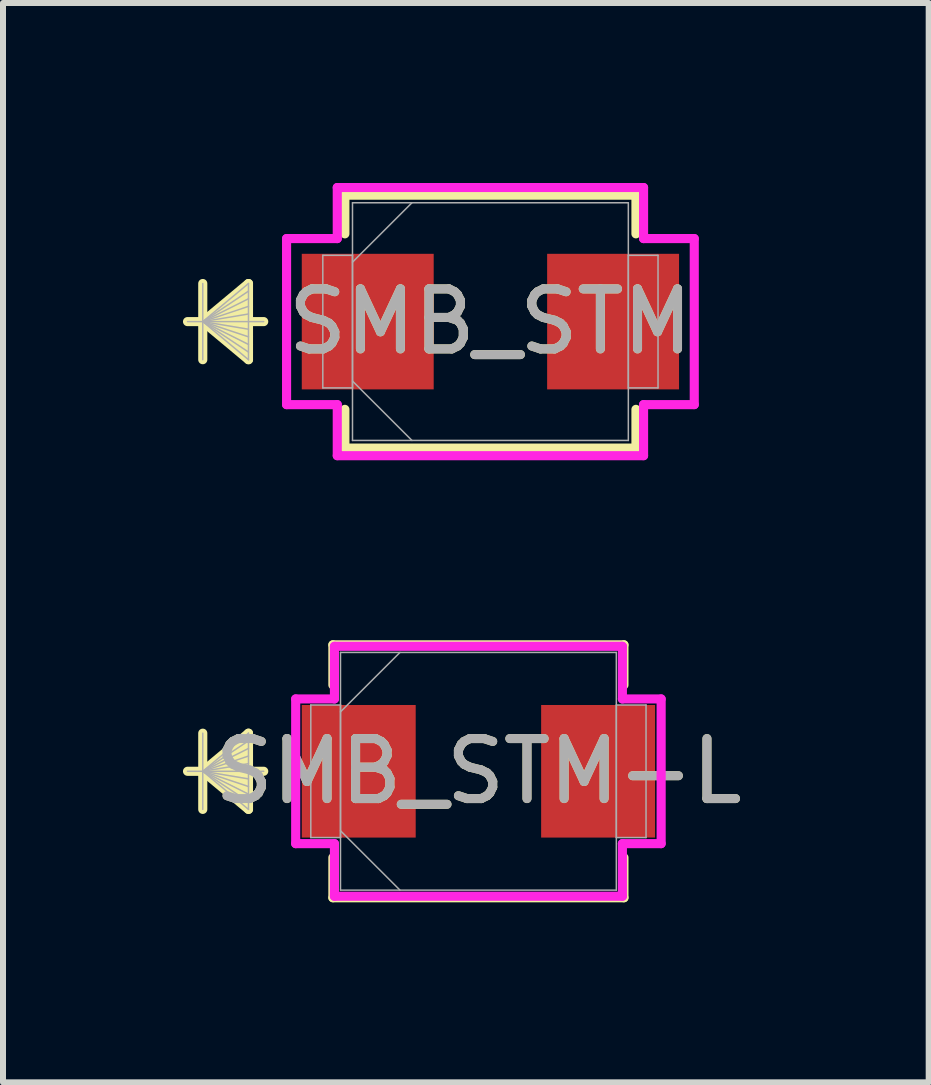
<source format=kicad_pcb>
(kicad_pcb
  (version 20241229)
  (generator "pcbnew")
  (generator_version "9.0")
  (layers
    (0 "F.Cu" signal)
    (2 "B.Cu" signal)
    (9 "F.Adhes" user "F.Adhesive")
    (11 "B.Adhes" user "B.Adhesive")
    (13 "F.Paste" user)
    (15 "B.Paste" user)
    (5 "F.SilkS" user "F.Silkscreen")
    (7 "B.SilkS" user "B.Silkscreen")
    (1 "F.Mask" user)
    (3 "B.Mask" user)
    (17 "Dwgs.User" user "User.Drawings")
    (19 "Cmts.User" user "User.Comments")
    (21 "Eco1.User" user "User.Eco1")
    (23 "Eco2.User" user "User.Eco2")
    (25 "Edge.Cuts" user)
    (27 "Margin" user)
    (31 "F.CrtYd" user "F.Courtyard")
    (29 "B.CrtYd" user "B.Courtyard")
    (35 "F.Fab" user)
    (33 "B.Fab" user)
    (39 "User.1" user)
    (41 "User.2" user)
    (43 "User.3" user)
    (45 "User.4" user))
  (footprint "SMB_STM-L"
    (layer "F.Cu")
    (at 4.925 9.807)
    (property "Reference" "SMB_STM-L" (at 0 0 0) (unlocked yes) (layer "F.SilkS") (effects (font (size 1 1) (thickness 0.15))))
    (attr smd)
    (fp_line (start -4.595 -0.635) (end -4.595 0.635) (stroke (width 0.152) (type solid)) (layer "F.SilkS"))
    (fp_line (start -4.595 0) (end -3.833 -0.635) (stroke (width 0.152) (type solid)) (layer "F.SilkS"))
    (fp_line (start -4.595 0) (end -3.833 -0.508) (stroke (width 0.152) (type solid)) (layer "F.SilkS"))
    (fp_line (start -4.595 0) (end -3.833 -0.381) (stroke (width 0.152) (type solid)) (layer "F.SilkS"))
    (fp_line (start -4.595 0) (end -3.833 -0.254) (stroke (width 0.152) (type solid)) (layer "F.SilkS"))
    (fp_line (start -4.595 0) (end -3.833 -0.127) (stroke (width 0.152) (type solid)) (layer "F.SilkS"))
    (fp_line (start -4.595 0) (end -3.833 0.127) (stroke (width 0.152) (type solid)) (layer "F.SilkS"))
    (fp_line (start -4.595 0) (end -3.833 0.254) (stroke (width 0.152) (type solid)) (layer "F.SilkS"))
    (fp_line (start -4.595 0) (end -3.833 0.381) (stroke (width 0.152) (type solid)) (layer "F.SilkS"))
    (fp_line (start -4.595 0) (end -3.833 0.508) (stroke (width 0.152) (type solid)) (layer "F.SilkS"))
    (fp_line (start -4.595 0) (end -3.833 0.635) (stroke (width 0.152) (type solid)) (layer "F.SilkS"))
    (fp_line (start -3.833 -0.635) (end -3.833 0.635) (stroke (width 0.152) (type solid)) (layer "F.SilkS"))
    (fp_line (start -3.579 0) (end -4.849 0) (stroke (width 0.152) (type solid)) (layer "F.SilkS"))
    (fp_line (start -2.426 -2.108) (end -2.426 -1.438) (stroke (width 0.152) (type solid)) (layer "F.SilkS"))
    (fp_line (start -2.426 1.438) (end -2.426 2.108) (stroke (width 0.152) (type solid)) (layer "F.SilkS"))
    (fp_line (start -2.426 2.108) (end 2.426 2.108) (stroke (width 0.152) (type solid)) (layer "F.SilkS"))
    (fp_line (start 2.426 -2.108) (end -2.426 -2.108) (stroke (width 0.152) (type solid)) (layer "F.SilkS"))
    (fp_line (start 2.426 -1.438) (end 2.426 -2.108) (stroke (width 0.152) (type solid)) (layer "F.SilkS"))
    (fp_line (start 2.426 2.108) (end 2.426 1.438) (stroke (width 0.152) (type solid)) (layer "F.SilkS"))
    (fp_line (start -3.046 -1.206) (end -2.4 -1.206) (stroke (width 0.152) (type solid)) (layer "F.CrtYd"))
    (fp_line (start -3.046 1.206) (end -3.046 -1.206) (stroke (width 0.152) (type solid)) (layer "F.CrtYd"))
    (fp_line (start -2.4 -2.083) (end 2.4 -2.083) (stroke (width 0.152) (type solid)) (layer "F.CrtYd"))
    (fp_line (start -2.4 -1.206) (end -2.4 -2.083) (stroke (width 0.152) (type solid)) (layer "F.CrtYd"))
    (fp_line (start -2.4 1.206) (end -3.046 1.206) (stroke (width 0.152) (type solid)) (layer "F.CrtYd"))
    (fp_line (start -2.4 2.083) (end -2.4 1.206) (stroke (width 0.152) (type solid)) (layer "F.CrtYd"))
    (fp_line (start 2.4 -2.083) (end 2.4 -1.206) (stroke (width 0.152) (type solid)) (layer "F.CrtYd"))
    (fp_line (start 2.4 -1.206) (end 3.046 -1.206) (stroke (width 0.152) (type solid)) (layer "F.CrtYd"))
    (fp_line (start 2.4 1.206) (end 2.4 2.083) (stroke (width 0.152) (type solid)) (layer "F.CrtYd"))
    (fp_line (start 2.4 2.083) (end -2.4 2.083) (stroke (width 0.152) (type solid)) (layer "F.CrtYd"))
    (fp_line (start 3.046 -1.206) (end 3.046 1.206) (stroke (width 0.152) (type solid)) (layer "F.CrtYd"))
    (fp_line (start 3.046 1.206) (end 2.4 1.206) (stroke (width 0.152) (type solid)) (layer "F.CrtYd"))
    (fp_line (start -4.595 -0.635) (end -4.595 0.635) (stroke (width 0.025) (type solid)) (layer "F.Fab"))
    (fp_line (start -4.595 0) (end -3.833 -0.635) (stroke (width 0.025) (type solid)) (layer "F.Fab"))
    (fp_line (start -4.595 0) (end -3.833 -0.508) (stroke (width 0.025) (type solid)) (layer "F.Fab"))
    (fp_line (start -4.595 0) (end -3.833 -0.381) (stroke (width 0.025) (type solid)) (layer "F.Fab"))
    (fp_line (start -4.595 0) (end -3.833 -0.254) (stroke (width 0.025) (type solid)) (layer "F.Fab"))
    (fp_line (start -4.595 0) (end -3.833 -0.127) (stroke (width 0.025) (type solid)) (layer "F.Fab"))
    (fp_line (start -4.595 0) (end -3.833 0.127) (stroke (width 0.025) (type solid)) (layer "F.Fab"))
    (fp_line (start -4.595 0) (end -3.833 0.254) (stroke (width 0.025) (type solid)) (layer "F.Fab"))
    (fp_line (start -4.595 0) (end -3.833 0.381) (stroke (width 0.025) (type solid)) (layer "F.Fab"))
    (fp_line (start -4.595 0) (end -3.833 0.508) (stroke (width 0.025) (type solid)) (layer "F.Fab"))
    (fp_line (start -4.595 0) (end -3.833 0.635) (stroke (width 0.025) (type solid)) (layer "F.Fab"))
    (fp_line (start -3.833 -0.635) (end -3.833 0.635) (stroke (width 0.025) (type solid)) (layer "F.Fab"))
    (fp_line (start -3.579 0) (end -4.849 0) (stroke (width 0.025) (type solid)) (layer "F.Fab"))
    (fp_line (start -2.794 -1.105) (end -2.794 1.105) (stroke (width 0.025) (type solid)) (layer "F.Fab"))
    (fp_line (start -2.794 1.105) (end -2.299 1.105) (stroke (width 0.025) (type solid)) (layer "F.Fab"))
    (fp_line (start -2.299 -1.981) (end -2.299 1.981) (stroke (width 0.025) (type solid)) (layer "F.Fab"))
    (fp_line (start -2.299 -1.105) (end -2.794 -1.105) (stroke (width 0.025) (type solid)) (layer "F.Fab"))
    (fp_line (start -2.299 -0.991) (end -1.308 -1.981) (stroke (width 0.025) (type solid)) (layer "F.Fab"))
    (fp_line (start -2.299 0.991) (end -1.308 1.981) (stroke (width 0.025) (type solid)) (layer "F.Fab"))
    (fp_line (start -2.299 1.105) (end -2.299 -1.105) (stroke (width 0.025) (type solid)) (layer "F.Fab"))
    (fp_line (start -2.299 1.981) (end 2.299 1.981) (stroke (width 0.025) (type solid)) (layer "F.Fab"))
    (fp_line (start 2.299 -1.981) (end -2.299 -1.981) (stroke (width 0.025) (type solid)) (layer "F.Fab"))
    (fp_line (start 2.299 -1.105) (end 2.299 1.105) (stroke (width 0.025) (type solid)) (layer "F.Fab"))
    (fp_line (start 2.299 1.105) (end 2.794 1.105) (stroke (width 0.025) (type solid)) (layer "F.Fab"))
    (fp_line (start 2.299 1.981) (end 2.299 -1.981) (stroke (width 0.025) (type solid)) (layer "F.Fab"))
    (fp_line (start 2.794 -1.105) (end 2.299 -1.105) (stroke (width 0.025) (type solid)) (layer "F.Fab"))
    (fp_line (start 2.794 1.105) (end 2.794 -1.105) (stroke (width 0.025) (type solid)) (layer "F.Fab"))
    (fp_text user "${REFERENCE}" (at 0 0 0) (unlocked yes) (layer "F.Fab") (effects (font (size 1 1) (thickness 0.15))))
    (pad "1" smd rect (at -1.995 0) (size 1.899 2.21) (layers "F.Cu" "F.Mask" "F.Paste"))
    (pad "2" smd rect (at 1.995 0) (size 1.899 2.21) (layers "F.Cu" "F.Mask" "F.Paste"))
    (zone (net_name "") (layer "F.Cu") (hatch full 0.508) (connect_pads) (min_thickness 0.254) (filled_areas_thickness no) (keepout (tracks not_allowed) (vias not_allowed) (pads allowed) (copperpour not_allowed) (footprints allowed)) (placement (enabled no)) (fill) (polygon (pts (xy 3.931 7.877) (xy 5.92 7.877) (xy 5.92 11.738) (xy 3.931 11.738)))))
  (footprint "SMB_STM"
    (layer "F.Cu")
    (at 5.125 2.311)
    (property "Reference" "SMB_STM" (at 0 0 0) (unlocked yes) (layer "F.SilkS") (effects (font (size 1 1) (thickness 0.15))))
    (attr smd)
    (fp_line (start -4.795 -0.635) (end -4.795 0.635) (stroke (width 0.152) (type solid)) (layer "F.SilkS"))
    (fp_line (start -4.795 0) (end -4.033 -0.635) (stroke (width 0.152) (type solid)) (layer "F.SilkS"))
    (fp_line (start -4.795 0) (end -4.033 -0.508) (stroke (width 0.152) (type solid)) (layer "F.SilkS"))
    (fp_line (start -4.795 0) (end -4.033 -0.381) (stroke (width 0.152) (type solid)) (layer "F.SilkS"))
    (fp_line (start -4.795 0) (end -4.033 -0.254) (stroke (width 0.152) (type solid)) (layer "F.SilkS"))
    (fp_line (start -4.795 0) (end -4.033 -0.127) (stroke (width 0.152) (type solid)) (layer "F.SilkS"))
    (fp_line (start -4.795 0) (end -4.033 0.127) (stroke (width 0.152) (type solid)) (layer "F.SilkS"))
    (fp_line (start -4.795 0) (end -4.033 0.254) (stroke (width 0.152) (type solid)) (layer "F.SilkS"))
    (fp_line (start -4.795 0) (end -4.033 0.381) (stroke (width 0.152) (type solid)) (layer "F.SilkS"))
    (fp_line (start -4.795 0) (end -4.033 0.508) (stroke (width 0.152) (type solid)) (layer "F.SilkS"))
    (fp_line (start -4.795 0) (end -4.033 0.635) (stroke (width 0.152) (type solid)) (layer "F.SilkS"))
    (fp_line (start -4.033 -0.635) (end -4.033 0.635) (stroke (width 0.152) (type solid)) (layer "F.SilkS"))
    (fp_line (start -3.779 0) (end -5.049 0) (stroke (width 0.152) (type solid)) (layer "F.SilkS"))
    (fp_line (start -2.426 -2.108) (end -2.426 -1.463) (stroke (width 0.152) (type solid)) (layer "F.SilkS"))
    (fp_line (start -2.426 1.463) (end -2.426 2.108) (stroke (width 0.152) (type solid)) (layer "F.SilkS"))
    (fp_line (start -2.426 2.108) (end 2.426 2.108) (stroke (width 0.152) (type solid)) (layer "F.SilkS"))
    (fp_line (start 2.426 -2.108) (end -2.426 -2.108) (stroke (width 0.152) (type solid)) (layer "F.SilkS"))
    (fp_line (start 2.426 -1.463) (end 2.426 -2.108) (stroke (width 0.152) (type solid)) (layer "F.SilkS"))
    (fp_line (start 2.426 2.108) (end 2.426 1.463) (stroke (width 0.152) (type solid)) (layer "F.SilkS"))
    (fp_line (start -3.398 -1.384) (end -2.553 -1.384) (stroke (width 0.152) (type solid)) (layer "F.CrtYd"))
    (fp_line (start -3.398 1.384) (end -3.398 -1.384) (stroke (width 0.152) (type solid)) (layer "F.CrtYd"))
    (fp_line (start -2.553 -2.235) (end 2.553 -2.235) (stroke (width 0.152) (type solid)) (layer "F.CrtYd"))
    (fp_line (start -2.553 -1.384) (end -2.553 -2.235) (stroke (width 0.152) (type solid)) (layer "F.CrtYd"))
    (fp_line (start -2.553 1.384) (end -3.398 1.384) (stroke (width 0.152) (type solid)) (layer "F.CrtYd"))
    (fp_line (start -2.553 2.235) (end -2.553 1.384) (stroke (width 0.152) (type solid)) (layer "F.CrtYd"))
    (fp_line (start 2.553 -2.235) (end 2.553 -1.384) (stroke (width 0.152) (type solid)) (layer "F.CrtYd"))
    (fp_line (start 2.553 -1.384) (end 3.398 -1.384) (stroke (width 0.152) (type solid)) (layer "F.CrtYd"))
    (fp_line (start 2.553 1.384) (end 2.553 2.235) (stroke (width 0.152) (type solid)) (layer "F.CrtYd"))
    (fp_line (start 2.553 2.235) (end -2.553 2.235) (stroke (width 0.152) (type solid)) (layer "F.CrtYd"))
    (fp_line (start 3.398 -1.384) (end 3.398 1.384) (stroke (width 0.152) (type solid)) (layer "F.CrtYd"))
    (fp_line (start 3.398 1.384) (end 2.553 1.384) (stroke (width 0.152) (type solid)) (layer "F.CrtYd"))
    (fp_line (start -4.795 -0.635) (end -4.795 0.635) (stroke (width 0.025) (type solid)) (layer "F.Fab"))
    (fp_line (start -4.795 0) (end -4.033 -0.635) (stroke (width 0.025) (type solid)) (layer "F.Fab"))
    (fp_line (start -4.795 0) (end -4.033 -0.508) (stroke (width 0.025) (type solid)) (layer "F.Fab"))
    (fp_line (start -4.795 0) (end -4.033 -0.381) (stroke (width 0.025) (type solid)) (layer "F.Fab"))
    (fp_line (start -4.795 0) (end -4.033 -0.254) (stroke (width 0.025) (type solid)) (layer "F.Fab"))
    (fp_line (start -4.795 0) (end -4.033 -0.127) (stroke (width 0.025) (type solid)) (layer "F.Fab"))
    (fp_line (start -4.795 0) (end -4.033 0.127) (stroke (width 0.025) (type solid)) (layer "F.Fab"))
    (fp_line (start -4.795 0) (end -4.033 0.254) (stroke (width 0.025) (type solid)) (layer "F.Fab"))
    (fp_line (start -4.795 0) (end -4.033 0.381) (stroke (width 0.025) (type solid)) (layer "F.Fab"))
    (fp_line (start -4.795 0) (end -4.033 0.508) (stroke (width 0.025) (type solid)) (layer "F.Fab"))
    (fp_line (start -4.795 0) (end -4.033 0.635) (stroke (width 0.025) (type solid)) (layer "F.Fab"))
    (fp_line (start -4.033 -0.635) (end -4.033 0.635) (stroke (width 0.025) (type solid)) (layer "F.Fab"))
    (fp_line (start -3.779 0) (end -5.049 0) (stroke (width 0.025) (type solid)) (layer "F.Fab"))
    (fp_line (start -2.794 -1.105) (end -2.794 1.105) (stroke (width 0.025) (type solid)) (layer "F.Fab"))
    (fp_line (start -2.794 1.105) (end -2.299 1.105) (stroke (width 0.025) (type solid)) (layer "F.Fab"))
    (fp_line (start -2.299 -1.981) (end -2.299 1.981) (stroke (width 0.025) (type solid)) (layer "F.Fab"))
    (fp_line (start -2.299 -1.105) (end -2.794 -1.105) (stroke (width 0.025) (type solid)) (layer "F.Fab"))
    (fp_line (start -2.299 -0.991) (end -1.308 -1.981) (stroke (width 0.025) (type solid)) (layer "F.Fab"))
    (fp_line (start -2.299 0.991) (end -1.308 1.981) (stroke (width 0.025) (type solid)) (layer "F.Fab"))
    (fp_line (start -2.299 1.105) (end -2.299 -1.105) (stroke (width 0.025) (type solid)) (layer "F.Fab"))
    (fp_line (start -2.299 1.981) (end 2.299 1.981) (stroke (width 0.025) (type solid)) (layer "F.Fab"))
    (fp_line (start 2.299 -1.981) (end -2.299 -1.981) (stroke (width 0.025) (type solid)) (layer "F.Fab"))
    (fp_line (start 2.299 -1.105) (end 2.299 1.105) (stroke (width 0.025) (type solid)) (layer "F.Fab"))
    (fp_line (start 2.299 1.105) (end 2.794 1.105) (stroke (width 0.025) (type solid)) (layer "F.Fab"))
    (fp_line (start 2.299 1.981) (end 2.299 -1.981) (stroke (width 0.025) (type solid)) (layer "F.Fab"))
    (fp_line (start 2.794 -1.105) (end 2.299 -1.105) (stroke (width 0.025) (type solid)) (layer "F.Fab"))
    (fp_line (start 2.794 1.105) (end 2.794 -1.105) (stroke (width 0.025) (type solid)) (layer "F.Fab"))
    (fp_text user "${REFERENCE}" (at 0 0 0) (unlocked yes) (layer "F.Fab") (effects (font (size 1 1) (thickness 0.15))))
    (pad "1" smd rect (at -2.045 0) (size 2.199 2.26) (layers "F.Cu" "F.Mask" "F.Paste"))
    (pad "2" smd rect (at 2.045 0) (size 2.199 2.26) (layers "F.Cu" "F.Mask" "F.Paste"))
    (zone (net_name "") (layer "F.Cu") (hatch full 0.508) (connect_pads) (min_thickness 0.254) (filled_areas_thickness no) (keepout (tracks not_allowed) (vias not_allowed) (pads allowed) (copperpour not_allowed) (footprints allowed)) (placement (enabled no)) (fill) (polygon (pts (xy 4.231 0.381) (xy 6.02 0.381) (xy 6.02 4.242) (xy 4.231 4.242)))))
  (gr_rect
    (start -3 -3)
    (end 12.431 14.992)
    (stroke (width 0.1) (type default))
    (fill no)
    (layer "Edge.Cuts")))
</source>
